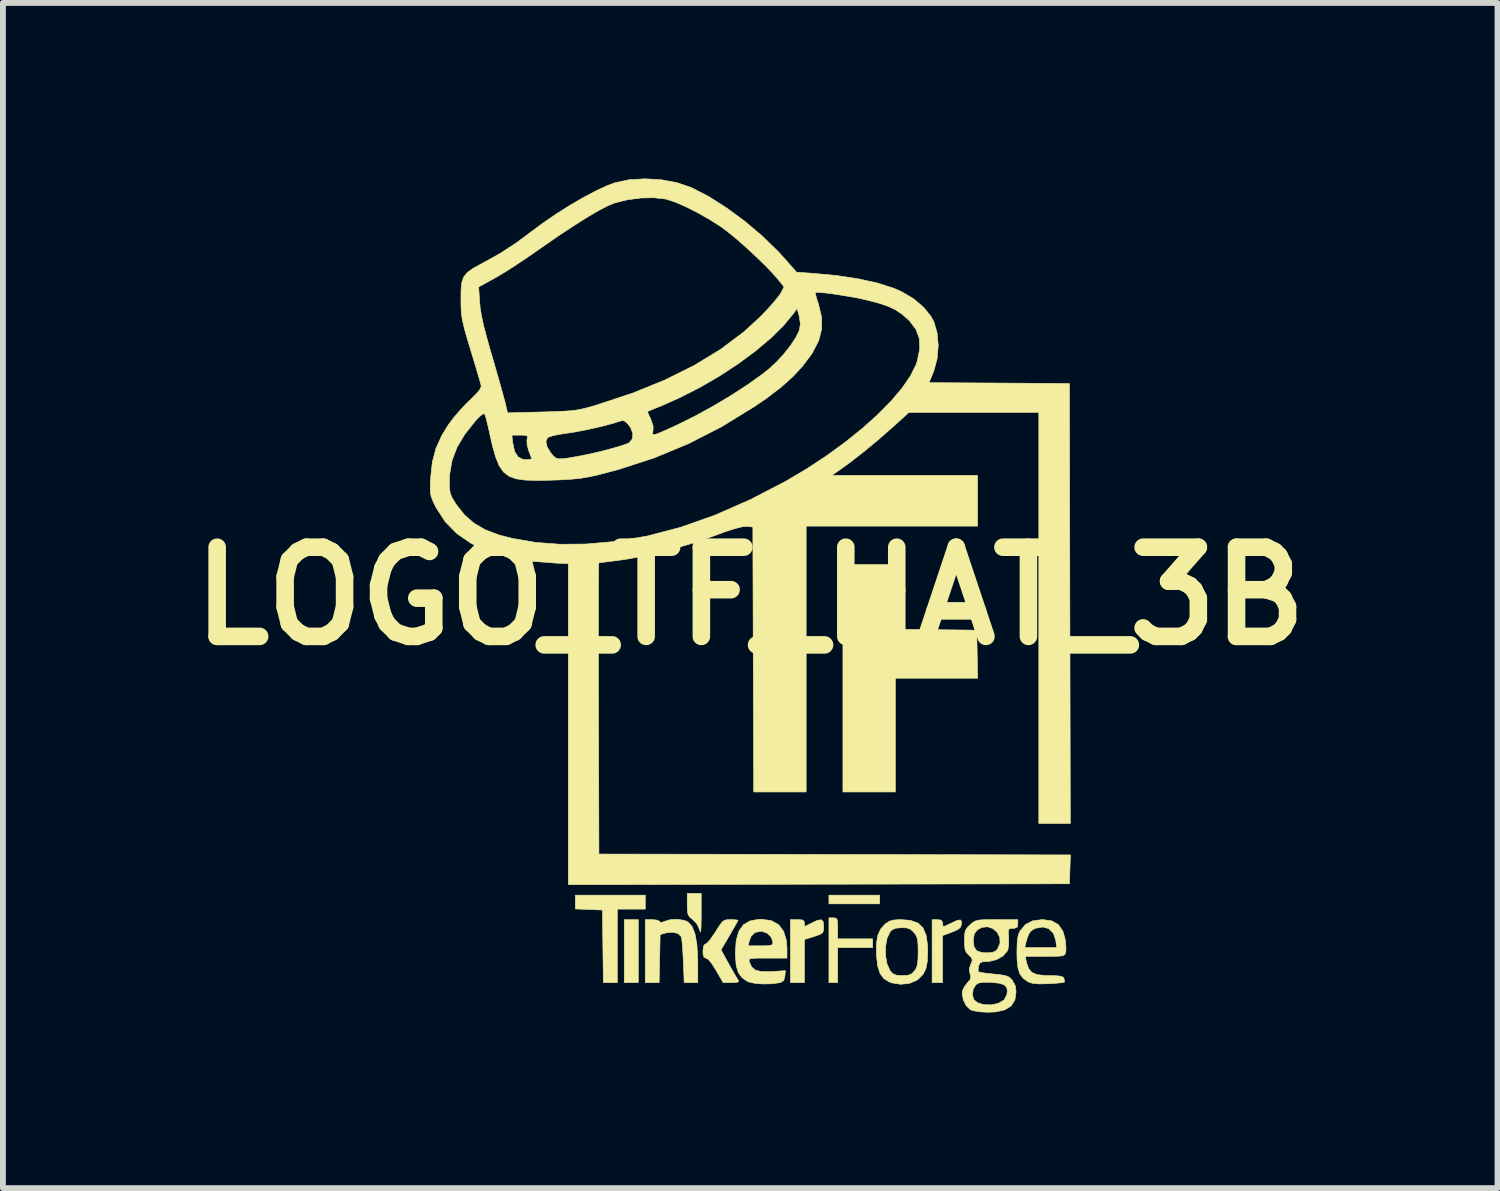
<source format=kicad_pcb>
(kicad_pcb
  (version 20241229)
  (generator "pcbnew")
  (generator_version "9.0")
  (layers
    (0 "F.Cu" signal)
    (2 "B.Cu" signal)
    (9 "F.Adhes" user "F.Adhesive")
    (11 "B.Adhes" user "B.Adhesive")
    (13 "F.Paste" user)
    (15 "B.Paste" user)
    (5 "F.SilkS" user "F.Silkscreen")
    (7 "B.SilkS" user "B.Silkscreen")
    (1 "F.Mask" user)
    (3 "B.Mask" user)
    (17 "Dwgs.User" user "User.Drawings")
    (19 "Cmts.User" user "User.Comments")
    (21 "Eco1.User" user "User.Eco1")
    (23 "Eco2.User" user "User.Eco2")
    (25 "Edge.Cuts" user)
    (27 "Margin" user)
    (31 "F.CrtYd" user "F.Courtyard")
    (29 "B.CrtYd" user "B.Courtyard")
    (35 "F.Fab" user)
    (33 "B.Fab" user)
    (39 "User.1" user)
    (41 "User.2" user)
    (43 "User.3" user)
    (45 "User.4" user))
  (footprint "LOGO_TF_HAT_3B"
    (layer "F.Cu")
    (at 9.768 7.134)
    (property "Reference" "LOGO_TF_HAT_3B" (at 0 0 0) (layer "F.SilkS") (effects (font (size 1.524 1.524) (thickness 0.3))))
    (attr through_hole)
    (fp_poly (pts (xy -1.912 6.604) (xy -2.152 6.604) (xy -2.152 5.528) (xy -1.912 5.528) (xy -1.912 6.604)) (stroke (width 0.01) (type solid)) (fill yes) (layer "F.SilkS"))
    (fp_poly (pts (xy 2.211 5.259) (xy 1.345 5.259) (xy 1.345 5.11) (xy 2.211 5.11) (xy 2.211 5.259)) (stroke (width 0.01) (type solid)) (fill yes) (layer "F.SilkS"))
    (fp_poly (pts (xy -1.793 5.349) (xy -2.271 5.349) (xy -2.271 6.604) (xy -2.509 6.604) (xy -2.525 5.364) (xy -2.757 5.355) (xy -2.988 5.346) (xy -2.988 5.11) (xy -1.793 5.11) (xy -1.793 5.349)) (stroke (width 0.01) (type solid)) (fill yes) (layer "F.SilkS"))
    (fp_poly (pts (xy 2.48 0.567) (xy 3.87 0.583) (xy 3.878 0.994) (xy 3.886 1.404) (xy 2.48 1.404) (xy 2.48 3.347) (xy 1.584 3.347) (xy 1.584 -0.538) (xy 2.48 -0.538) (xy 2.48 0.567)) (stroke (width 0.01) (type solid)) (fill yes) (layer "F.SilkS"))
    (fp_poly (pts (xy 1.461 5.502) (xy 1.483 5.523) (xy 1.492 5.575) (xy 1.494 5.671) (xy 1.494 5.678) (xy 1.494 5.857) (xy 2.092 5.857) (xy 2.092 6.006) (xy 1.494 6.006) (xy 1.494 6.604) (xy 1.345 6.604) (xy 1.345 5.498) (xy 1.419 5.498) (xy 1.461 5.502)) (stroke (width 0.01) (type solid)) (fill yes) (layer "F.SilkS"))
    (fp_poly (pts (xy -0.837 5.409) (xy -0.838 5.541) (xy -0.84 5.648) (xy -0.844 5.717) (xy -0.848 5.737) (xy -0.863 5.712) (xy -0.879 5.663) (xy -0.915 5.595) (xy -0.979 5.529) (xy -0.987 5.523) (xy -1.036 5.482) (xy -1.063 5.437) (xy -1.074 5.371) (xy -1.076 5.269) (xy -1.076 5.08) (xy -0.837 5.08) (xy -0.837 5.409)) (stroke (width 0.01) (type solid)) (fill yes) (layer "F.SilkS"))
    (fp_poly (pts (xy 0.885 5.533) (xy 0.919 5.553) (xy 0.926 5.589) (xy 0.926 5.649) (xy 1.045 5.589) (xy 1.148 5.541) (xy 1.212 5.531) (xy 1.245 5.559) (xy 1.255 5.629) (xy 1.255 5.646) (xy 1.252 5.713) (xy 1.236 5.754) (xy 1.191 5.782) (xy 1.104 5.812) (xy 1.091 5.816) (xy 0.926 5.868) (xy 0.926 6.604) (xy 0.687 6.604) (xy 0.687 5.528) (xy 0.807 5.528) (xy 0.885 5.533)) (stroke (width 0.01) (type solid)) (fill yes) (layer "F.SilkS"))
    (fp_poly (pts (xy 3.263 5.538) (xy 3.286 5.573) (xy 3.287 5.588) (xy 3.294 5.637) (xy 3.303 5.648) (xy 3.337 5.635) (xy 3.404 5.604) (xy 3.436 5.588) (xy 3.533 5.543) (xy 3.588 5.533) (xy 3.611 5.557) (xy 3.61 5.606) (xy 3.594 5.657) (xy 3.55 5.696) (xy 3.465 5.735) (xy 3.444 5.743) (xy 3.287 5.801) (xy 3.287 6.604) (xy 3.108 6.604) (xy 3.108 5.528) (xy 3.197 5.528) (xy 3.263 5.538)) (stroke (width 0.01) (type solid)) (fill yes) (layer "F.SilkS"))
    (fp_poly (pts (xy -1.127 5.541) (xy -1.064 5.568) (xy -0.994 5.645) (xy -0.944 5.771) (xy -0.911 5.95) (xy -0.897 6.183) (xy -0.896 6.266) (xy -0.896 6.604) (xy -1.128 6.604) (xy -1.143 6.238) (xy -1.15 6.092) (xy -1.159 5.964) (xy -1.169 5.869) (xy -1.179 5.819) (xy -1.179 5.819) (xy -1.232 5.766) (xy -1.322 5.743) (xy -1.432 5.754) (xy -1.444 5.757) (xy -1.539 5.784) (xy -1.556 6.604) (xy -1.793 6.604) (xy -1.793 5.528) (xy -1.676 5.528) (xy -1.599 5.536) (xy -1.552 5.556) (xy -1.547 5.562) (xy -1.523 5.581) (xy -1.467 5.56) (xy -1.366 5.529) (xy -1.243 5.523) (xy -1.127 5.541)) (stroke (width 0.01) (type solid)) (fill yes) (layer "F.SilkS"))
    (fp_poly (pts (xy -0.259 5.531) (xy -0.214 5.537) (xy -0.209 5.541) (xy -0.223 5.57) (xy -0.262 5.639) (xy -0.317 5.735) (xy -0.354 5.799) (xy -0.499 6.045) (xy -0.366 6.287) (xy -0.304 6.398) (xy -0.25 6.491) (xy -0.212 6.553) (xy -0.202 6.567) (xy -0.197 6.589) (xy -0.234 6.601) (xy -0.318 6.604) (xy -0.463 6.604) (xy -0.583 6.396) (xy -0.656 6.28) (xy -0.716 6.208) (xy -0.755 6.187) (xy -0.789 6.172) (xy -0.805 6.122) (xy -0.807 6.066) (xy -0.798 5.981) (xy -0.772 5.947) (xy -0.765 5.947) (xy -0.73 5.923) (xy -0.676 5.859) (xy -0.613 5.768) (xy -0.593 5.737) (xy -0.529 5.635) (xy -0.482 5.573) (xy -0.442 5.541) (xy -0.395 5.53) (xy -0.337 5.528) (xy -0.259 5.531)) (stroke (width 0.01) (type solid)) (fill yes) (layer "F.SilkS"))
    (fp_poly (pts (xy 0.361 5.546) (xy 0.486 5.616) (xy 0.572 5.731) (xy 0.619 5.89) (xy 0.628 6.02) (xy 0.628 6.186) (xy 0.297 6.186) (xy 0.153 6.186) (xy 0.059 6.189) (xy 0.005 6.195) (xy -0.018 6.209) (xy -0.02 6.23) (xy -0.014 6.253) (xy 0.025 6.338) (xy 0.089 6.391) (xy 0.188 6.416) (xy 0.331 6.418) (xy 0.368 6.416) (xy 0.601 6.4) (xy 0.592 6.495) (xy 0.574 6.565) (xy 0.527 6.599) (xy 0.493 6.608) (xy 0.363 6.625) (xy 0.219 6.628) (xy 0.083 6.617) (xy -0.023 6.594) (xy -0.048 6.584) (xy -0.141 6.52) (xy -0.203 6.433) (xy -0.24 6.311) (xy -0.253 6.144) (xy -0.254 6.094) (xy -0.246 5.976) (xy -0.036 5.976) (xy 0.176 5.976) (xy 0.287 5.975) (xy 0.352 5.967) (xy 0.381 5.951) (xy 0.388 5.922) (xy 0.388 5.92) (xy 0.362 5.832) (xy 0.293 5.762) (xy 0.201 5.728) (xy 0.183 5.727) (xy 0.08 5.749) (xy 0.013 5.816) (xy -0.016 5.894) (xy -0.036 5.976) (xy -0.246 5.976) (xy -0.24 5.887) (xy -0.195 5.729) (xy -0.118 5.618) (xy -0.005 5.551) (xy 0.146 5.523) (xy 0.197 5.522) (xy 0.361 5.546)) (stroke (width 0.01) (type solid)) (fill yes) (layer "F.SilkS"))
    (fp_poly (pts (xy 2.741 5.542) (xy 2.866 5.587) (xy 2.952 5.67) (xy 3.005 5.794) (xy 3.03 5.966) (xy 3.033 6.066) (xy 3.026 6.239) (xy 3.002 6.366) (xy 2.955 6.461) (xy 2.881 6.537) (xy 2.842 6.566) (xy 2.717 6.618) (xy 2.568 6.633) (xy 2.42 6.609) (xy 2.374 6.592) (xy 2.281 6.534) (xy 2.218 6.447) (xy 2.178 6.322) (xy 2.158 6.15) (xy 2.157 6.137) (xy 2.157 5.99) (xy 2.312 5.99) (xy 2.312 6.143) (xy 2.338 6.287) (xy 2.389 6.4) (xy 2.396 6.41) (xy 2.446 6.458) (xy 2.51 6.48) (xy 2.6 6.484) (xy 2.696 6.479) (xy 2.758 6.455) (xy 2.807 6.406) (xy 2.839 6.355) (xy 2.858 6.291) (xy 2.867 6.198) (xy 2.869 6.079) (xy 2.867 5.951) (xy 2.858 5.867) (xy 2.84 5.809) (xy 2.808 5.76) (xy 2.797 5.747) (xy 2.74 5.693) (xy 2.677 5.67) (xy 2.583 5.666) (xy 2.485 5.675) (xy 2.422 5.704) (xy 2.389 5.739) (xy 2.337 5.849) (xy 2.312 5.99) (xy 2.157 5.99) (xy 2.156 5.946) (xy 2.179 5.801) (xy 2.228 5.69) (xy 2.305 5.604) (xy 2.371 5.559) (xy 2.444 5.536) (xy 2.548 5.528) (xy 2.574 5.528) (xy 2.741 5.542)) (stroke (width 0.01) (type solid)) (fill yes) (layer "F.SilkS"))
    (fp_poly (pts (xy 5.15 5.549) (xy 5.264 5.613) (xy 5.341 5.724) (xy 5.379 5.853) (xy 5.392 5.957) (xy 5.395 6.048) (xy 5.39 6.084) (xy 5.38 6.115) (xy 5.361 6.136) (xy 5.323 6.148) (xy 5.254 6.154) (xy 5.144 6.156) (xy 5.035 6.156) (xy 4.698 6.156) (xy 4.723 6.268) (xy 4.757 6.366) (xy 4.811 6.43) (xy 4.898 6.467) (xy 5.028 6.483) (xy 5.11 6.484) (xy 5.233 6.487) (xy 5.308 6.496) (xy 5.347 6.513) (xy 5.361 6.534) (xy 5.371 6.583) (xy 5.366 6.597) (xy 5.332 6.605) (xy 5.252 6.613) (xy 5.142 6.621) (xy 5.089 6.623) (xy 4.939 6.627) (xy 4.836 6.619) (xy 4.766 6.6) (xy 4.748 6.591) (xy 4.665 6.532) (xy 4.608 6.457) (xy 4.575 6.356) (xy 4.56 6.215) (xy 4.557 6.096) (xy 4.559 6.006) (xy 4.69 6.006) (xy 5.237 6.006) (xy 5.22 5.88) (xy 5.18 5.761) (xy 5.102 5.683) (xy 4.996 5.654) (xy 4.872 5.677) (xy 4.868 5.679) (xy 4.804 5.715) (xy 4.761 5.77) (xy 4.727 5.86) (xy 4.71 5.924) (xy 4.69 6.006) (xy 4.559 6.006) (xy 4.56 5.948) (xy 4.569 5.844) (xy 4.588 5.77) (xy 4.613 5.719) (xy 4.705 5.611) (xy 4.827 5.549) (xy 4.988 5.528) (xy 4.996 5.528) (xy 5.15 5.549)) (stroke (width 0.01) (type solid)) (fill yes) (layer "F.SilkS"))
    (fp_poly (pts (xy 4.572 5.603) (xy 4.562 5.657) (xy 4.518 5.676) (xy 4.487 5.678) (xy 4.439 5.68) (xy 4.415 5.698) (xy 4.41 5.746) (xy 4.416 5.838) (xy 4.417 5.948) (xy 4.404 6.038) (xy 4.394 6.063) (xy 4.319 6.149) (xy 4.206 6.213) (xy 4.077 6.244) (xy 4.045 6.245) (xy 3.964 6.25) (xy 3.923 6.272) (xy 3.902 6.322) (xy 3.901 6.324) (xy 3.893 6.388) (xy 3.9 6.42) (xy 3.936 6.43) (xy 4.016 6.443) (xy 4.126 6.455) (xy 4.162 6.459) (xy 4.288 6.472) (xy 4.37 6.488) (xy 4.425 6.512) (xy 4.467 6.55) (xy 4.474 6.558) (xy 4.529 6.658) (xy 4.542 6.763) (xy 4.522 6.901) (xy 4.458 7.003) (xy 4.349 7.07) (xy 4.193 7.105) (xy 4.058 7.111) (xy 3.918 7.103) (xy 3.808 7.084) (xy 3.76 7.066) (xy 3.69 6.999) (xy 3.64 6.899) (xy 3.625 6.809) (xy 3.796 6.809) (xy 3.818 6.893) (xy 3.819 6.894) (xy 3.886 6.949) (xy 3.99 6.981) (xy 4.114 6.985) (xy 4.239 6.96) (xy 4.239 6.959) (xy 4.337 6.902) (xy 4.386 6.81) (xy 4.393 6.741) (xy 4.38 6.681) (xy 4.335 6.64) (xy 4.25 6.614) (xy 4.114 6.6) (xy 4.102 6.6) (xy 3.985 6.598) (xy 3.909 6.61) (xy 3.857 6.64) (xy 3.856 6.641) (xy 3.81 6.714) (xy 3.796 6.809) (xy 3.625 6.809) (xy 3.622 6.791) (xy 3.628 6.74) (xy 3.662 6.67) (xy 3.716 6.603) (xy 3.763 6.546) (xy 3.768 6.492) (xy 3.756 6.456) (xy 3.743 6.368) (xy 3.769 6.289) (xy 3.794 6.225) (xy 3.783 6.182) (xy 3.736 6.136) (xy 3.693 6.091) (xy 3.67 6.037) (xy 3.662 5.955) (xy 3.661 5.887) (xy 3.661 5.88) (xy 3.811 5.88) (xy 3.824 5.992) (xy 3.869 6.06) (xy 3.955 6.091) (xy 4.036 6.096) (xy 4.134 6.09) (xy 4.193 6.066) (xy 4.227 6.03) (xy 4.269 5.927) (xy 4.263 5.829) (xy 4.218 5.743) (xy 4.145 5.68) (xy 4.054 5.65) (xy 3.954 5.662) (xy 3.881 5.704) (xy 3.83 5.768) (xy 3.812 5.859) (xy 3.811 5.88) (xy 3.661 5.88) (xy 3.663 5.782) (xy 3.677 5.714) (xy 3.709 5.664) (xy 3.758 5.615) (xy 3.801 5.579) (xy 3.842 5.554) (xy 3.892 5.539) (xy 3.966 5.531) (xy 4.074 5.529) (xy 4.214 5.528) (xy 4.572 5.528) (xy 4.572 5.603)) (stroke (width 0.01) (type solid)) (fill yes) (layer "F.SilkS"))
    (fp_poly (pts (xy -1.514 -7.112) (xy -1.244 -7.061) (xy -1.005 -6.979) (xy -0.71 -6.827) (xy -0.402 -6.631) (xy -0.093 -6.403) (xy 0.204 -6.153) (xy 0.474 -5.89) (xy 0.583 -5.771) (xy 0.792 -5.533) (xy 1.046 -5.516) (xy 1.471 -5.477) (xy 1.849 -5.42) (xy 2.177 -5.347) (xy 2.453 -5.259) (xy 2.59 -5.199) (xy 2.793 -5.078) (xy 2.963 -4.933) (xy 3.09 -4.775) (xy 3.138 -4.685) (xy 3.193 -4.496) (xy 3.212 -4.28) (xy 3.194 -4.059) (xy 3.14 -3.855) (xy 3.132 -3.833) (xy 3.055 -3.646) (xy 4.254 -3.639) (xy 5.454 -3.631) (xy 5.461 0.127) (xy 5.469 3.885) (xy 4.931 3.885) (xy 4.931 -3.138) (xy 2.712 -3.138) (xy 2.454 -2.904) (xy 2.201 -2.682) (xy 1.95 -2.474) (xy 1.716 -2.291) (xy 1.571 -2.186) (xy 1.395 -2.062) (xy 3.885 -2.062) (xy 3.885 -1.195) (xy 0.956 -1.195) (xy 0.956 3.347) (xy 0.06 3.347) (xy 0.052 1.083) (xy 0.045 -1.18) (xy -0.062 -1.189) (xy -0.141 -1.183) (xy -0.263 -1.152) (xy -0.432 -1.097) (xy -0.6 -1.035) (xy -0.958 -0.911) (xy -1.336 -0.8) (xy -1.713 -0.706) (xy -2.069 -0.637) (xy -2.231 -0.613) (xy -2.367 -0.595) (xy -2.48 -0.581) (xy -2.557 -0.571) (xy -2.587 -0.568) (xy -2.589 -0.539) (xy -2.59 -0.454) (xy -2.592 -0.319) (xy -2.593 -0.136) (xy -2.594 0.088) (xy -2.594 0.35) (xy -2.594 0.646) (xy -2.594 0.971) (xy -2.594 1.32) (xy -2.593 1.69) (xy -2.592 1.92) (xy -2.585 4.408) (xy 1.443 4.415) (xy 5.471 4.423) (xy 5.462 4.669) (xy 5.454 4.916) (xy -3.108 4.931) (xy -3.108 -0.554) (xy -3.309 -0.562) (xy -3.746 -0.596) (xy -4.134 -0.663) (xy -4.473 -0.764) (xy -4.765 -0.898) (xy -5.011 -1.067) (xy -5.211 -1.27) (xy -5.366 -1.509) (xy -5.381 -1.538) (xy -5.425 -1.631) (xy -5.452 -1.704) (xy -5.465 -1.776) (xy -5.467 -1.866) (xy -5.464 -1.958) (xy -5.14 -1.958) (xy -5.137 -1.839) (xy -5.125 -1.755) (xy -5.094 -1.68) (xy -5.039 -1.589) (xy -5.022 -1.564) (xy -4.882 -1.386) (xy -4.719 -1.244) (xy -4.524 -1.131) (xy -4.288 -1.042) (xy -4.065 -0.985) (xy -3.664 -0.916) (xy -3.249 -0.885) (xy -2.809 -0.889) (xy -2.332 -0.93) (xy -2.331 -0.93) (xy -1.77 -1.023) (xy -1.195 -1.173) (xy -0.605 -1.381) (xy -0.001 -1.646) (xy 0.601 -1.958) (xy 0.958 -2.169) (xy 1.299 -2.393) (xy 1.618 -2.625) (xy 1.912 -2.861) (xy 2.176 -3.097) (xy 2.405 -3.329) (xy 2.594 -3.552) (xy 2.738 -3.762) (xy 2.834 -3.954) (xy 2.853 -4.011) (xy 2.896 -4.218) (xy 2.89 -4.397) (xy 2.833 -4.555) (xy 2.724 -4.699) (xy 2.688 -4.735) (xy 2.585 -4.823) (xy 2.479 -4.893) (xy 2.357 -4.95) (xy 2.206 -5.002) (xy 2.011 -5.053) (xy 1.969 -5.063) (xy 1.843 -5.091) (xy 1.698 -5.117) (xy 1.547 -5.142) (xy 1.402 -5.164) (xy 1.274 -5.18) (xy 1.176 -5.188) (xy 1.12 -5.188) (xy 1.112 -5.185) (xy 1.116 -5.155) (xy 1.135 -5.084) (xy 1.164 -4.995) (xy 1.218 -4.771) (xy 1.221 -4.564) (xy 1.17 -4.364) (xy 1.064 -4.159) (xy 1.042 -4.125) (xy 0.897 -3.931) (xy 0.726 -3.746) (xy 0.52 -3.563) (xy 0.272 -3.374) (xy 0.069 -3.236) (xy -0.491 -2.892) (xy -1.056 -2.603) (xy -1.637 -2.362) (xy -2.248 -2.163) (xy -2.597 -2.071) (xy -2.751 -2.037) (xy -2.899 -2.012) (xy -3.059 -1.996) (xy -3.25 -1.985) (xy -3.392 -1.98) (xy -3.642 -1.975) (xy -3.842 -1.981) (xy -4 -2.003) (xy -4.122 -2.048) (xy -4.216 -2.121) (xy -4.29 -2.228) (xy -4.35 -2.376) (xy -4.405 -2.57) (xy -4.445 -2.749) (xy -4.072 -2.749) (xy -4.057 -2.615) (xy -4.025 -2.47) (xy -3.968 -2.378) (xy -3.883 -2.335) (xy -3.839 -2.331) (xy -3.77 -2.334) (xy -3.736 -2.343) (xy -3.735 -2.345) (xy -3.745 -2.379) (xy -3.771 -2.448) (xy -3.783 -2.48) (xy -3.811 -2.578) (xy -3.814 -2.64) (xy -3.49 -2.64) (xy -3.47 -2.549) (xy -3.406 -2.444) (xy -3.389 -2.423) (xy -3.353 -2.383) (xy -3.318 -2.357) (xy -3.272 -2.345) (xy -3.205 -2.346) (xy -3.105 -2.359) (xy -2.961 -2.384) (xy -2.899 -2.395) (xy -2.755 -2.424) (xy -2.597 -2.46) (xy -2.438 -2.5) (xy -2.292 -2.541) (xy -2.171 -2.578) (xy -2.09 -2.608) (xy -2.069 -2.619) (xy -2.014 -2.684) (xy -2.005 -2.774) (xy -2.042 -2.874) (xy -2.078 -2.925) (xy -2.134 -2.983) (xy -2.18 -2.999) (xy -2.23 -2.987) (xy -2.342 -2.951) (xy -2.496 -2.91) (xy -2.673 -2.868) (xy -2.857 -2.829) (xy -3.029 -2.797) (xy -3.153 -2.779) (xy -3.277 -2.76) (xy -3.381 -2.737) (xy -3.449 -2.714) (xy -3.463 -2.705) (xy -3.49 -2.64) (xy -3.814 -2.64) (xy -3.815 -2.663) (xy -3.813 -2.674) (xy -3.805 -2.72) (xy -3.822 -2.742) (xy -3.877 -2.749) (xy -3.933 -2.749) (xy -4.072 -2.749) (xy -4.445 -2.749) (xy -4.46 -2.817) (xy -4.468 -2.854) (xy -4.495 -2.968) (xy -4.519 -3.059) (xy -4.538 -3.111) (xy -4.542 -3.117) (xy -4.571 -3.109) (xy -4.626 -3.065) (xy -4.691 -2.998) (xy -4.876 -2.765) (xy -5.009 -2.542) (xy -5.094 -2.319) (xy -5.135 -2.085) (xy -5.14 -1.958) (xy -5.464 -1.958) (xy -5.462 -1.993) (xy -5.46 -2.024) (xy -5.431 -2.29) (xy -5.369 -2.524) (xy -5.268 -2.746) (xy -5.165 -2.915) (xy -5.072 -3.04) (xy -4.954 -3.178) (xy -4.834 -3.304) (xy -4.803 -3.333) (xy -4.69 -3.443) (xy -4.623 -3.523) (xy -4.597 -3.578) (xy -4.597 -3.592) (xy -4.608 -3.639) (xy -4.635 -3.732) (xy -4.673 -3.862) (xy -4.72 -4.019) (xy -4.773 -4.193) (xy -4.773 -4.194) (xy -4.832 -4.389) (xy -4.875 -4.539) (xy -4.905 -4.658) (xy -4.925 -4.758) (xy -4.936 -4.852) (xy -4.941 -4.952) (xy -4.942 -5.05) (xy -4.941 -5.226) (xy -4.936 -5.281) (xy -4.64 -5.281) (xy -4.623 -5.023) (xy -4.612 -4.91) (xy -4.59 -4.782) (xy -4.557 -4.628) (xy -4.508 -4.441) (xy -4.444 -4.209) (xy -4.414 -4.109) (xy -4.356 -3.91) (xy -4.302 -3.72) (xy -4.254 -3.55) (xy -4.216 -3.412) (xy -4.19 -3.316) (xy -4.184 -3.291) (xy -4.146 -3.13) (xy -3.56 -3.145) (xy -3.355 -3.151) (xy -3.313 -3.153) (xy -1.755 -3.153) (xy -1.747 -3.126) (xy -1.719 -3.065) (xy -1.702 -3.031) (xy -1.659 -2.903) (xy -1.661 -2.828) (xy -1.669 -2.77) (xy -1.65 -2.755) (xy -1.609 -2.765) (xy -1.554 -2.786) (xy -1.459 -2.827) (xy -1.34 -2.881) (xy -1.24 -2.927) (xy -0.934 -3.079) (xy -0.623 -3.25) (xy -0.321 -3.431) (xy -0.039 -3.614) (xy 0.207 -3.79) (xy 0.329 -3.887) (xy 0.454 -4.003) (xy 0.578 -4.139) (xy 0.69 -4.282) (xy 0.779 -4.416) (xy 0.835 -4.528) (xy 0.84 -4.543) (xy 0.857 -4.65) (xy 0.84 -4.768) (xy 0.837 -4.782) (xy 0.801 -4.914) (xy 0.737 -4.825) (xy 0.568 -4.62) (xy 0.35 -4.406) (xy 0.09 -4.187) (xy -0.203 -3.971) (xy -0.521 -3.762) (xy -0.856 -3.567) (xy -1.199 -3.392) (xy -1.509 -3.254) (xy -1.617 -3.21) (xy -1.702 -3.175) (xy -1.749 -3.155) (xy -1.755 -3.153) (xy -3.313 -3.153) (xy -3.197 -3.157) (xy -3.073 -3.166) (xy -2.969 -3.178) (xy -2.873 -3.196) (xy -2.772 -3.221) (xy -2.653 -3.255) (xy -2.615 -3.267) (xy -2.01 -3.467) (xy -1.456 -3.692) (xy -0.954 -3.942) (xy -0.505 -4.216) (xy -0.109 -4.513) (xy 0.165 -4.764) (xy 0.279 -4.882) (xy 0.382 -4.996) (xy 0.463 -5.093) (xy 0.514 -5.162) (xy 0.521 -5.174) (xy 0.578 -5.283) (xy 0.486 -5.398) (xy 0.389 -5.51) (xy 0.258 -5.646) (xy 0.104 -5.796) (xy -0.06 -5.948) (xy -0.22 -6.09) (xy -0.367 -6.211) (xy -0.485 -6.3) (xy -0.49 -6.304) (xy -0.696 -6.435) (xy -0.905 -6.554) (xy -1.106 -6.655) (xy -1.285 -6.732) (xy -1.432 -6.78) (xy -1.45 -6.784) (xy -1.649 -6.806) (xy -1.874 -6.801) (xy -2.102 -6.77) (xy -2.311 -6.718) (xy -2.422 -6.674) (xy -2.581 -6.592) (xy -2.781 -6.475) (xy -3.017 -6.326) (xy -3.283 -6.15) (xy -3.575 -5.948) (xy -3.661 -5.888) (xy -3.825 -5.774) (xy -3.998 -5.659) (xy -4.164 -5.552) (xy -4.306 -5.466) (xy -4.359 -5.436) (xy -4.64 -5.281) (xy -4.936 -5.281) (xy -4.928 -5.355) (xy -4.896 -5.45) (xy -4.836 -5.526) (xy -4.742 -5.595) (xy -4.606 -5.67) (xy -4.573 -5.687) (xy -4.274 -5.853) (xy -3.987 -6.041) (xy -3.75 -6.218) (xy -3.542 -6.372) (xy -3.316 -6.527) (xy -3.083 -6.674) (xy -2.853 -6.808) (xy -2.638 -6.922) (xy -2.45 -7.01) (xy -2.316 -7.06) (xy -2.07 -7.113) (xy -1.796 -7.129) (xy -1.514 -7.112)) (stroke (width 0.01) (type solid)) (fill yes) (layer "F.SilkS")))
  (gr_rect
    (start -3 -3)
    (end 22.536 17.25)
    (stroke (width 0.1) (type default))
    (fill no)
    (layer "Edge.Cuts")))
</source>
